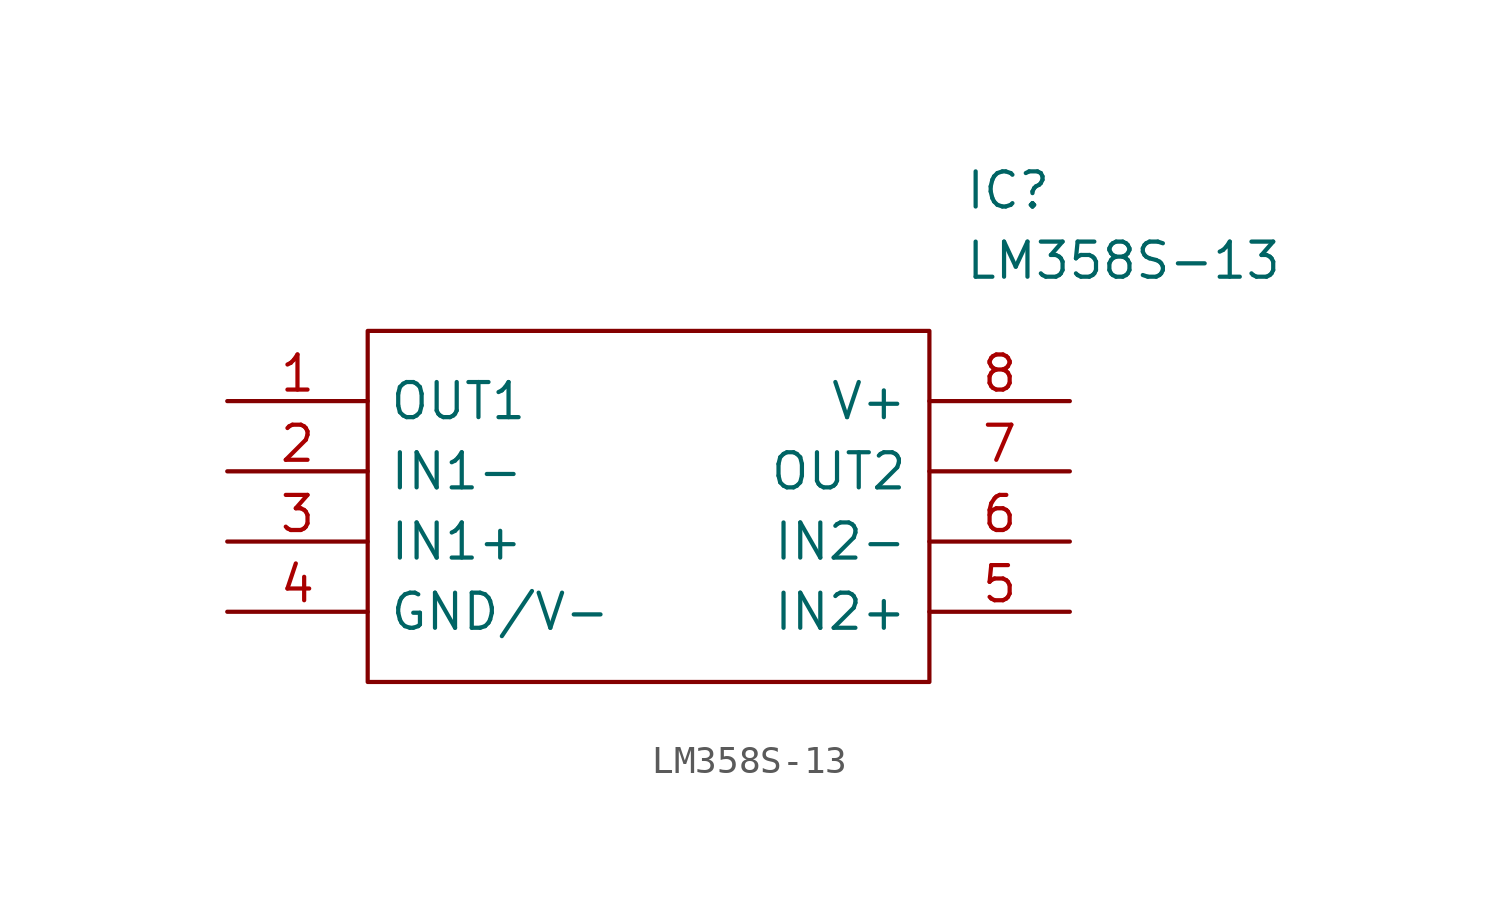
<source format=kicad_sym>
(kicad_symbol_lib
  (version 20211014)
  (generator kicad_symbol_editor)
  (symbol "LM358S-13"
    (pin_names
      (offset 0.762))
    (property "Reference" "IC"
      (at 26.67 7.62 0)
      (effects (font (size 1.27 1.27)) (justify left)))
    (property "Value" "LM358S-13"
      (at 26.67 5.08 0)
      (effects (font (size 1.27 1.27)) (justify left)))
    (symbol "LM358S-13_0_0"
      (pin output line (at 0 0 0) (length 5.08) (name "OUT1" (effects (font (size 1.27 1.27)))) (number "1" (effects (font (size 1.27 1.27)))))
      (pin input line (at 0 -2.54 0) (length 5.08) (name "IN1-" (effects (font (size 1.27 1.27)))) (number "2" (effects (font (size 1.27 1.27)))))
      (pin input line (at 0 -5.08 0) (length 5.08) (name "IN1+" (effects (font (size 1.27 1.27)))) (number "3" (effects (font (size 1.27 1.27)))))
      (pin power_in line (at 0 -7.62 0) (length 5.08) (name "GND/V-" (effects (font (size 1.27 1.27)))) (number "4" (effects (font (size 1.27 1.27)))))
      (pin input line (at 30.48 -7.62 180) (length 5.08) (name "IN2+" (effects (font (size 1.27 1.27)))) (number "5" (effects (font (size 1.27 1.27)))))
      (pin input line (at 30.48 -5.08 180) (length 5.08) (name "IN2-" (effects (font (size 1.27 1.27)))) (number "6" (effects (font (size 1.27 1.27)))))
      (pin output line (at 30.48 -2.54 180) (length 5.08) (name "OUT2" (effects (font (size 1.27 1.27)))) (number "7" (effects (font (size 1.27 1.27)))))
      (pin power_in line (at 30.48 0 180) (length 5.08) (name "V+" (effects (font (size 1.27 1.27)))) (number "8" (effects (font (size 1.27 1.27))))))
    (symbol "LM358S-13_0_1"
      (polyline (pts (xy 5.08 2.54) (xy 25.4 2.54) (xy 25.4 -10.16) (xy 5.08 -10.16) (xy 5.08 2.54)) (stroke (width 0.152) (type default) (color 0 0 0 0)) (fill (type none))))))
</source>
